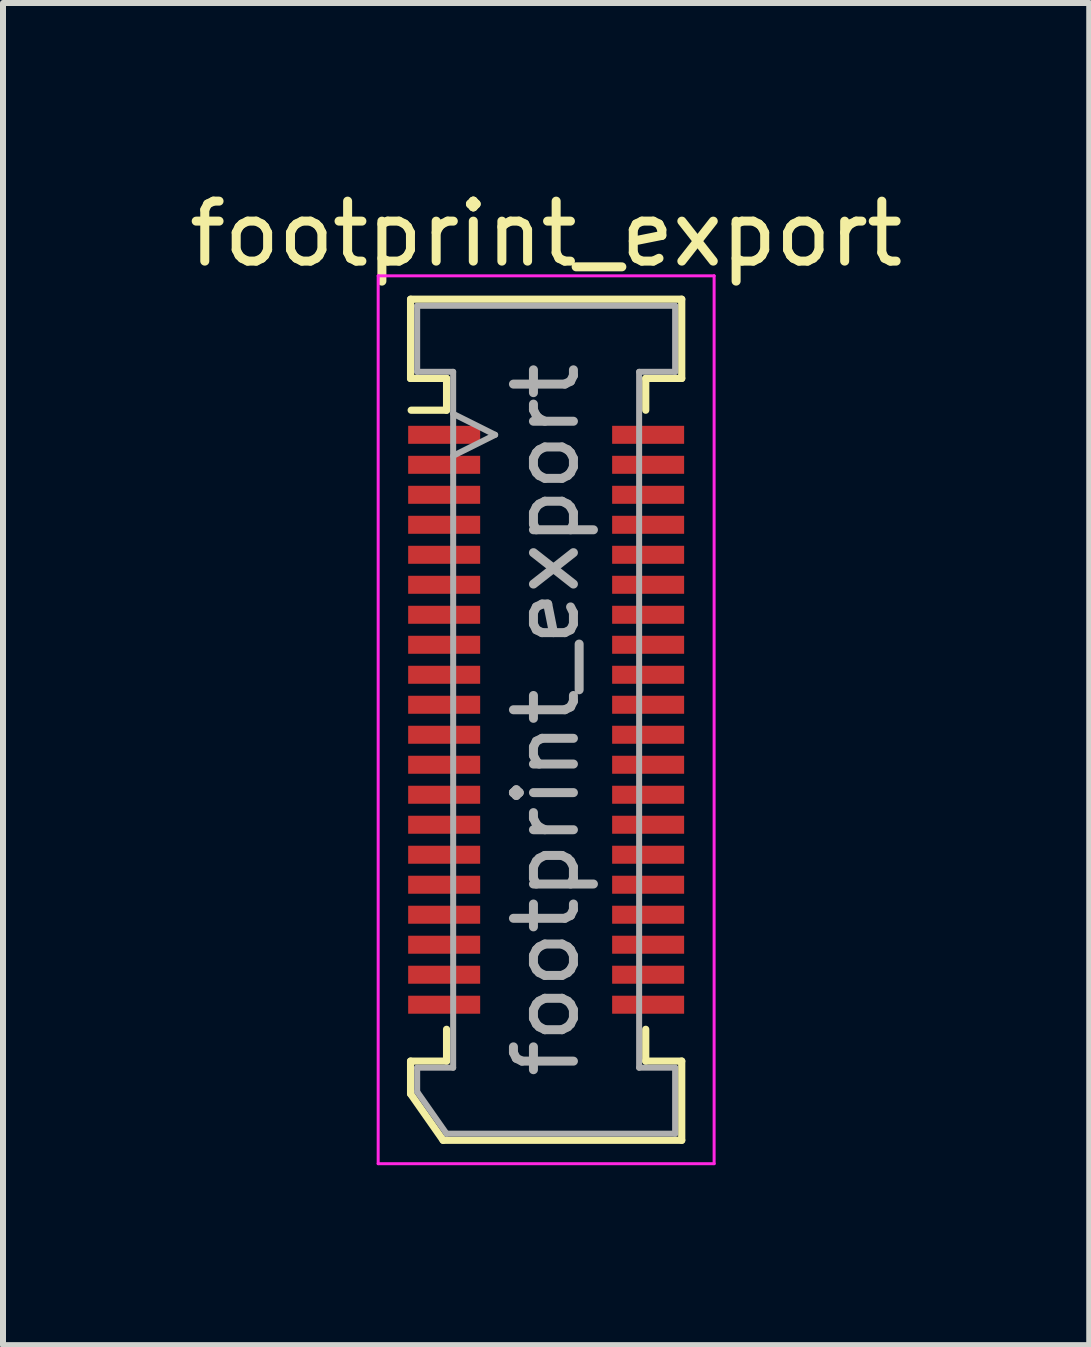
<source format=kicad_pcb>
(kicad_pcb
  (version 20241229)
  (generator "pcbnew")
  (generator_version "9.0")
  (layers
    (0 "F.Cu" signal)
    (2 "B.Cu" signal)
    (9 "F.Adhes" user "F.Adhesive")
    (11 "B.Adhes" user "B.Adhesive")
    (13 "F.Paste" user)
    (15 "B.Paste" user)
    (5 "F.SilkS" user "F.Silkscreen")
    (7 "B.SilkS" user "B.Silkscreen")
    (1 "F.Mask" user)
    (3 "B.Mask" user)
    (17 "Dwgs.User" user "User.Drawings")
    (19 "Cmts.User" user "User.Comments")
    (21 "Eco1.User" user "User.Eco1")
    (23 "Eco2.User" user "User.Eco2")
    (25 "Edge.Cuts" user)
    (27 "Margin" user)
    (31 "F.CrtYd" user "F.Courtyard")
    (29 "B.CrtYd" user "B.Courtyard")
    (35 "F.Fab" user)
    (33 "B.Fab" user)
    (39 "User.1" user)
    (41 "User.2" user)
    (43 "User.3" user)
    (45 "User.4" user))
  (footprint "footprint_export"
    (layer "F.Cu")
    (at 6.054 8.948)
    (property "Reference" "footprint_export" (at 0 -8.1 0) (layer "F.SilkS") (effects (font (size 1 1) (thickness 0.15))))
    (attr smd)
    (fp_line (start -2.26 -7.01) (end -2.26 -5.69) (stroke (width 0.12) (type solid)) (layer "F.SilkS"))
    (fp_line (start -2.26 -5.69) (end -2.26 -5.69) (stroke (width 0.12) (type solid)) (layer "F.SilkS"))
    (fp_line (start -2.26 -5.69) (end -1.66 -5.69) (stroke (width 0.12) (type solid)) (layer "F.SilkS"))
    (fp_line (start -2.26 5.69) (end -1.66 5.69) (stroke (width 0.12) (type solid)) (layer "F.SilkS"))
    (fp_line (start -2.26 6.235) (end -2.26 5.69) (stroke (width 0.12) (type solid)) (layer "F.SilkS"))
    (fp_line (start -1.717 7.01) (end -2.26 6.235) (stroke (width 0.12) (type solid)) (layer "F.SilkS"))
    (fp_line (start -1.66 -5.69) (end -1.66 -5.16) (stroke (width 0.12) (type solid)) (layer "F.SilkS"))
    (fp_line (start -1.66 -5.16) (end -2.25 -5.16) (stroke (width 0.12) (type solid)) (layer "F.SilkS"))
    (fp_line (start -1.66 5.69) (end -1.66 5.16) (stroke (width 0.12) (type solid)) (layer "F.SilkS"))
    (fp_line (start 1.66 -5.69) (end 2.26 -5.69) (stroke (width 0.12) (type solid)) (layer "F.SilkS"))
    (fp_line (start 1.66 -5.16) (end 1.66 -5.69) (stroke (width 0.12) (type solid)) (layer "F.SilkS"))
    (fp_line (start 1.66 5.16) (end 1.66 5.69) (stroke (width 0.12) (type solid)) (layer "F.SilkS"))
    (fp_line (start 1.66 5.69) (end 2.26 5.69) (stroke (width 0.12) (type solid)) (layer "F.SilkS"))
    (fp_line (start 2.26 -7.01) (end -2.26 -7.01) (stroke (width 0.12) (type solid)) (layer "F.SilkS"))
    (fp_line (start 2.26 -5.69) (end 2.26 -7.01) (stroke (width 0.12) (type solid)) (layer "F.SilkS"))
    (fp_line (start 2.26 5.69) (end 2.26 7.01) (stroke (width 0.12) (type solid)) (layer "F.SilkS"))
    (fp_line (start 2.26 7.01) (end -1.717 7.01) (stroke (width 0.12) (type solid)) (layer "F.SilkS"))
    (fp_line (start -2.8 -7.4) (end -2.8 7.4) (stroke (width 0.05) (type solid)) (layer "F.CrtYd"))
    (fp_line (start -2.8 7.4) (end 2.8 7.4) (stroke (width 0.05) (type solid)) (layer "F.CrtYd"))
    (fp_line (start 2.8 -7.4) (end -2.8 -7.4) (stroke (width 0.05) (type solid)) (layer "F.CrtYd"))
    (fp_line (start 2.8 7.4) (end 2.8 -7.4) (stroke (width 0.05) (type solid)) (layer "F.CrtYd"))
    (fp_line (start -2.15 -6.9) (end -2.15 -5.8) (stroke (width 0.1) (type solid)) (layer "F.Fab"))
    (fp_line (start -2.15 -5.8) (end -1.55 -5.8) (stroke (width 0.1) (type solid)) (layer "F.Fab"))
    (fp_line (start -2.15 5.8) (end -2.15 6.2) (stroke (width 0.1) (type solid)) (layer "F.Fab"))
    (fp_line (start -2.15 6.2) (end -1.66 6.9) (stroke (width 0.1) (type solid)) (layer "F.Fab"))
    (fp_line (start -1.66 6.9) (end 2.15 6.9) (stroke (width 0.1) (type solid)) (layer "F.Fab"))
    (fp_line (start -1.55 -5.8) (end -1.55 5.8) (stroke (width 0.1) (type solid)) (layer "F.Fab"))
    (fp_line (start -1.55 5.8) (end -2.15 5.8) (stroke (width 0.1) (type solid)) (layer "F.Fab"))
    (fp_line (start -0.85 -4.75) (end -1.55 -5.1) (stroke (width 0.1) (type solid)) (layer "F.Fab"))
    (fp_line (start -0.85 -4.75) (end -1.55 -4.4) (stroke (width 0.1) (type solid)) (layer "F.Fab"))
    (fp_line (start 1.55 -5.8) (end 2.15 -5.8) (stroke (width 0.1) (type solid)) (layer "F.Fab"))
    (fp_line (start 1.55 5.8) (end 1.55 -5.8) (stroke (width 0.1) (type solid)) (layer "F.Fab"))
    (fp_line (start 2.15 -6.9) (end -2.15 -6.9) (stroke (width 0.1) (type solid)) (layer "F.Fab"))
    (fp_line (start 2.15 -5.8) (end 2.15 -6.9) (stroke (width 0.1) (type solid)) (layer "F.Fab"))
    (fp_line (start 2.15 5.8) (end 1.55 5.8) (stroke (width 0.1) (type solid)) (layer "F.Fab"))
    (fp_line (start 2.15 6.9) (end 2.15 5.8) (stroke (width 0.1) (type solid)) (layer "F.Fab"))
    (fp_text user "${REFERENCE}" (at 0 0 90) (layer "F.Fab") (effects (font (size 1 1) (thickness 0.15))))
    (pad "1" smd rect (at -1.7 -4.75) (size 1.2 0.3) (layers "F.Cu" "F.Mask" "F.Paste"))
    (pad "2" smd rect (at 1.7 -4.75) (size 1.2 0.3) (layers "F.Cu" "F.Mask" "F.Paste"))
    (pad "3" smd rect (at -1.7 -4.25) (size 1.2 0.3) (layers "F.Cu" "F.Mask" "F.Paste"))
    (pad "4" smd rect (at 1.7 -4.25) (size 1.2 0.3) (layers "F.Cu" "F.Mask" "F.Paste"))
    (pad "5" smd rect (at -1.7 -3.75) (size 1.2 0.3) (layers "F.Cu" "F.Mask" "F.Paste"))
    (pad "6" smd rect (at 1.7 -3.75) (size 1.2 0.3) (layers "F.Cu" "F.Mask" "F.Paste"))
    (pad "7" smd rect (at -1.7 -3.25) (size 1.2 0.3) (layers "F.Cu" "F.Mask" "F.Paste"))
    (pad "8" smd rect (at 1.7 -3.25) (size 1.2 0.3) (layers "F.Cu" "F.Mask" "F.Paste"))
    (pad "9" smd rect (at -1.7 -2.75) (size 1.2 0.3) (layers "F.Cu" "F.Mask" "F.Paste"))
    (pad "10" smd rect (at 1.7 -2.75) (size 1.2 0.3) (layers "F.Cu" "F.Mask" "F.Paste"))
    (pad "11" smd rect (at -1.7 -2.25) (size 1.2 0.3) (layers "F.Cu" "F.Mask" "F.Paste"))
    (pad "12" smd rect (at 1.7 -2.25) (size 1.2 0.3) (layers "F.Cu" "F.Mask" "F.Paste"))
    (pad "13" smd rect (at -1.7 -1.75) (size 1.2 0.3) (layers "F.Cu" "F.Mask" "F.Paste"))
    (pad "14" smd rect (at 1.7 -1.75) (size 1.2 0.3) (layers "F.Cu" "F.Mask" "F.Paste"))
    (pad "15" smd rect (at -1.7 -1.25) (size 1.2 0.3) (layers "F.Cu" "F.Mask" "F.Paste"))
    (pad "16" smd rect (at 1.7 -1.25) (size 1.2 0.3) (layers "F.Cu" "F.Mask" "F.Paste"))
    (pad "17" smd rect (at -1.7 -0.75) (size 1.2 0.3) (layers "F.Cu" "F.Mask" "F.Paste"))
    (pad "18" smd rect (at 1.7 -0.75) (size 1.2 0.3) (layers "F.Cu" "F.Mask" "F.Paste"))
    (pad "19" smd rect (at -1.7 -0.25) (size 1.2 0.3) (layers "F.Cu" "F.Mask" "F.Paste"))
    (pad "20" smd rect (at 1.7 -0.25) (size 1.2 0.3) (layers "F.Cu" "F.Mask" "F.Paste"))
    (pad "21" smd rect (at -1.7 0.25) (size 1.2 0.3) (layers "F.Cu" "F.Mask" "F.Paste"))
    (pad "22" smd rect (at 1.7 0.25) (size 1.2 0.3) (layers "F.Cu" "F.Mask" "F.Paste"))
    (pad "23" smd rect (at -1.7 0.75) (size 1.2 0.3) (layers "F.Cu" "F.Mask" "F.Paste"))
    (pad "24" smd rect (at 1.7 0.75) (size 1.2 0.3) (layers "F.Cu" "F.Mask" "F.Paste"))
    (pad "25" smd rect (at -1.7 1.25) (size 1.2 0.3) (layers "F.Cu" "F.Mask" "F.Paste"))
    (pad "26" smd rect (at 1.7 1.25) (size 1.2 0.3) (layers "F.Cu" "F.Mask" "F.Paste"))
    (pad "27" smd rect (at -1.7 1.75) (size 1.2 0.3) (layers "F.Cu" "F.Mask" "F.Paste"))
    (pad "28" smd rect (at 1.7 1.75) (size 1.2 0.3) (layers "F.Cu" "F.Mask" "F.Paste"))
    (pad "29" smd rect (at -1.7 2.25) (size 1.2 0.3) (layers "F.Cu" "F.Mask" "F.Paste"))
    (pad "30" smd rect (at 1.7 2.25) (size 1.2 0.3) (layers "F.Cu" "F.Mask" "F.Paste"))
    (pad "31" smd rect (at -1.7 2.75) (size 1.2 0.3) (layers "F.Cu" "F.Mask" "F.Paste"))
    (pad "32" smd rect (at 1.7 2.75) (size 1.2 0.3) (layers "F.Cu" "F.Mask" "F.Paste"))
    (pad "33" smd rect (at -1.7 3.25) (size 1.2 0.3) (layers "F.Cu" "F.Mask" "F.Paste"))
    (pad "34" smd rect (at 1.7 3.25) (size 1.2 0.3) (layers "F.Cu" "F.Mask" "F.Paste"))
    (pad "35" smd rect (at -1.7 3.75) (size 1.2 0.3) (layers "F.Cu" "F.Mask" "F.Paste"))
    (pad "36" smd rect (at 1.7 3.75) (size 1.2 0.3) (layers "F.Cu" "F.Mask" "F.Paste"))
    (pad "37" smd rect (at -1.7 4.25) (size 1.2 0.3) (layers "F.Cu" "F.Mask" "F.Paste"))
    (pad "38" smd rect (at 1.7 4.25) (size 1.2 0.3) (layers "F.Cu" "F.Mask" "F.Paste"))
    (pad "39" smd rect (at -1.7 4.75) (size 1.2 0.3) (layers "F.Cu" "F.Mask" "F.Paste"))
    (pad "40" smd rect (at 1.7 4.75) (size 1.2 0.3) (layers "F.Cu" "F.Mask" "F.Paste")))
  (gr_rect
    (start -3 -3)
    (end 15.107 19.373)
    (stroke (width 0.1) (type default))
    (fill no)
    (layer "Edge.Cuts")))
</source>
